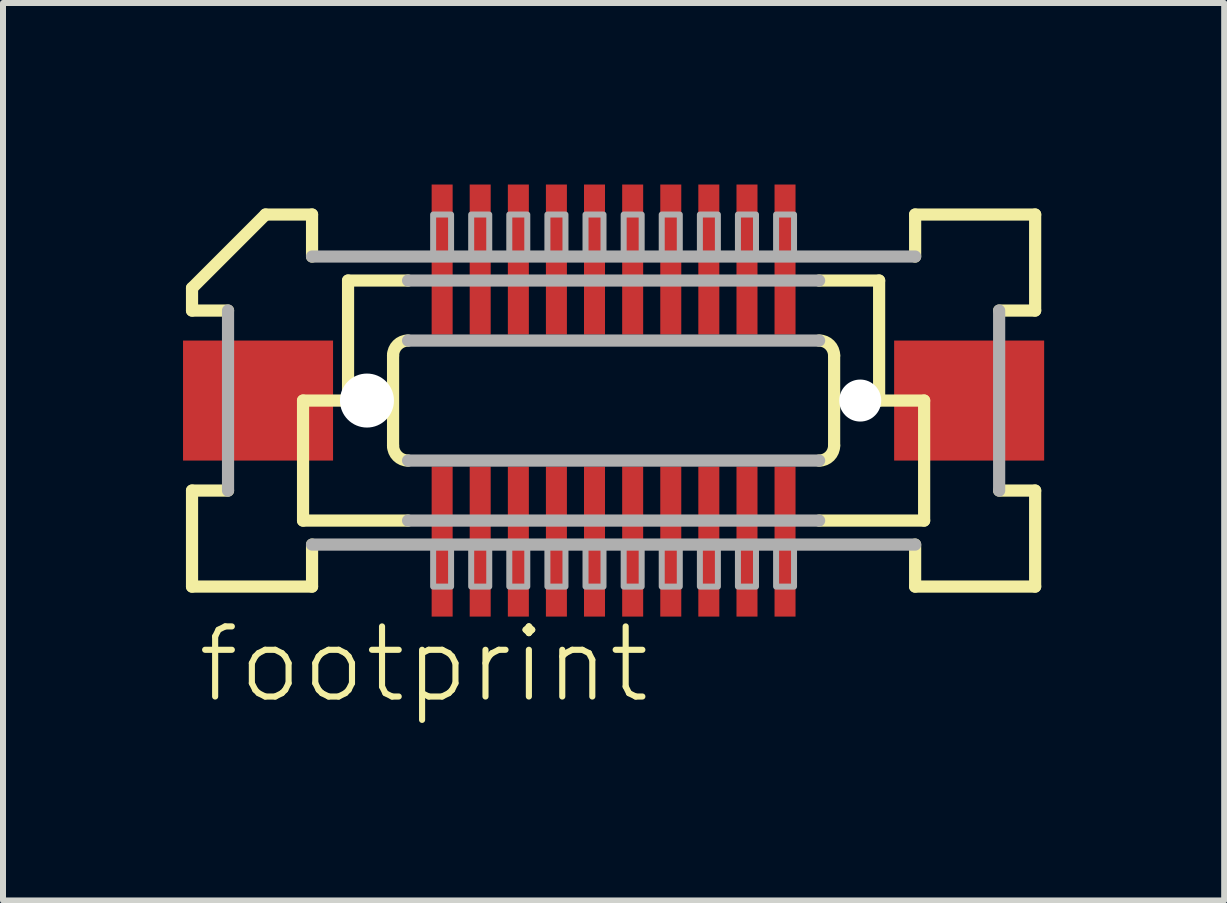
<source format=kicad_pcb>
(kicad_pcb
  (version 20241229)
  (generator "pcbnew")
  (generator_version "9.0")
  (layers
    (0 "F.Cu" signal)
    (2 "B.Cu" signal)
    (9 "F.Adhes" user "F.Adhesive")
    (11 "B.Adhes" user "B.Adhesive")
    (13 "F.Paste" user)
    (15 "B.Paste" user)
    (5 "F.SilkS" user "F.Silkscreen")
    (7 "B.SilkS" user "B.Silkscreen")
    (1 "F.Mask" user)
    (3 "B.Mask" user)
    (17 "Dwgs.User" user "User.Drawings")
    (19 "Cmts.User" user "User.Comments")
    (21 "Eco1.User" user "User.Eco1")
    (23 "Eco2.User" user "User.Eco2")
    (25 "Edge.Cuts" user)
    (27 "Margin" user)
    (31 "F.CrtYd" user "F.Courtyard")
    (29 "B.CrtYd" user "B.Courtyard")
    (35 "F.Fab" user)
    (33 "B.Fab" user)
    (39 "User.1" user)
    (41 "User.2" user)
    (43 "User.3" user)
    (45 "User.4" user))
  (footprint "footprint"
    (layer "F.Cu")
    (at 7.175 3.625)
    (property "Reference" "footprint" (at -6.985 5.08 0) (layer "F.SilkS") (effects (font (size 1.168 1.168) (thickness 0.102)) (justify left bottom)))
    (fp_poly (pts (xy -3.058 -1.075) (xy -2.658 -1.075) (xy -2.658 -3.625) (xy -3.058 -3.625)) (stroke (width 0) (type solid)) (fill yes) (layer "F.Mask"))
    (fp_poly (pts (xy -2.658 1.075) (xy -3.058 1.075) (xy -3.058 3.625) (xy -2.658 3.625)) (stroke (width 0) (type solid)) (fill yes) (layer "F.Mask"))
    (fp_poly (pts (xy -2.422 -1.075) (xy -2.022 -1.075) (xy -2.022 -3.625) (xy -2.422 -3.625)) (stroke (width 0) (type solid)) (fill yes) (layer "F.Mask"))
    (fp_poly (pts (xy -2.022 1.075) (xy -2.422 1.075) (xy -2.422 3.625) (xy -2.022 3.625)) (stroke (width 0) (type solid)) (fill yes) (layer "F.Mask"))
    (fp_poly (pts (xy -1.788 -1.075) (xy -1.387 -1.075) (xy -1.387 -3.625) (xy -1.788 -3.625)) (stroke (width 0) (type solid)) (fill yes) (layer "F.Mask"))
    (fp_poly (pts (xy -1.387 1.075) (xy -1.788 1.075) (xy -1.788 3.625) (xy -1.387 3.625)) (stroke (width 0) (type solid)) (fill yes) (layer "F.Mask"))
    (fp_poly (pts (xy -1.153 -1.075) (xy -0.752 -1.075) (xy -0.752 -3.625) (xy -1.153 -3.625)) (stroke (width 0) (type solid)) (fill yes) (layer "F.Mask"))
    (fp_poly (pts (xy -0.752 1.075) (xy -1.153 1.075) (xy -1.153 3.625) (xy -0.752 3.625)) (stroke (width 0) (type solid)) (fill yes) (layer "F.Mask"))
    (fp_poly (pts (xy -0.517 -1.075) (xy -0.117 -1.075) (xy -0.117 -3.625) (xy -0.517 -3.625)) (stroke (width 0) (type solid)) (fill yes) (layer "F.Mask"))
    (fp_poly (pts (xy -0.117 1.075) (xy -0.517 1.075) (xy -0.517 3.625) (xy -0.117 3.625)) (stroke (width 0) (type solid)) (fill yes) (layer "F.Mask"))
    (fp_poly (pts (xy 0.117 -1.075) (xy 0.517 -1.075) (xy 0.517 -3.625) (xy 0.117 -3.625)) (stroke (width 0) (type solid)) (fill yes) (layer "F.Mask"))
    (fp_poly (pts (xy 0.517 1.075) (xy 0.117 1.075) (xy 0.117 3.625) (xy 0.517 3.625)) (stroke (width 0) (type solid)) (fill yes) (layer "F.Mask"))
    (fp_poly (pts (xy 0.752 -1.075) (xy 1.153 -1.075) (xy 1.153 -3.625) (xy 0.752 -3.625)) (stroke (width 0) (type solid)) (fill yes) (layer "F.Mask"))
    (fp_poly (pts (xy 1.153 1.075) (xy 0.752 1.075) (xy 0.752 3.625) (xy 1.153 3.625)) (stroke (width 0) (type solid)) (fill yes) (layer "F.Mask"))
    (fp_poly (pts (xy 1.387 -1.075) (xy 1.788 -1.075) (xy 1.788 -3.625) (xy 1.387 -3.625)) (stroke (width 0) (type solid)) (fill yes) (layer "F.Mask"))
    (fp_poly (pts (xy 1.788 1.075) (xy 1.387 1.075) (xy 1.387 3.625) (xy 1.788 3.625)) (stroke (width 0) (type solid)) (fill yes) (layer "F.Mask"))
    (fp_poly (pts (xy 2.022 -1.075) (xy 2.422 -1.075) (xy 2.422 -3.625) (xy 2.022 -3.625)) (stroke (width 0) (type solid)) (fill yes) (layer "F.Mask"))
    (fp_poly (pts (xy 2.422 1.075) (xy 2.022 1.075) (xy 2.022 3.625) (xy 2.422 3.625)) (stroke (width 0) (type solid)) (fill yes) (layer "F.Mask"))
    (fp_poly (pts (xy 2.658 -1.075) (xy 3.058 -1.075) (xy 3.058 -3.625) (xy 2.658 -3.625)) (stroke (width 0) (type solid)) (fill yes) (layer "F.Mask"))
    (fp_poly (pts (xy 3.058 1.075) (xy 2.658 1.075) (xy 2.658 3.625) (xy 3.058 3.625)) (stroke (width 0) (type solid)) (fill yes) (layer "F.Mask"))
    (fp_line (start -7.025 -1.5) (end -7.025 -1.875) (stroke (width 0.203) (type solid)) (layer "F.SilkS"))
    (fp_line (start -7.025 1.5) (end -6.425 1.5) (stroke (width 0.203) (type solid)) (layer "F.SilkS"))
    (fp_line (start -7.025 3.1) (end -7.025 1.5) (stroke (width 0.203) (type solid)) (layer "F.SilkS"))
    (fp_line (start -6.425 -1.5) (end -7.025 -1.5) (stroke (width 0.203) (type solid)) (layer "F.SilkS"))
    (fp_line (start -5.8 -3.1) (end -7.025 -1.875) (stroke (width 0.203) (type solid)) (layer "F.SilkS"))
    (fp_line (start -5.8 -3.1) (end -5.025 -3.1) (stroke (width 0.203) (type solid)) (layer "F.SilkS"))
    (fp_line (start -5.175 0) (end -5.175 2) (stroke (width 0.203) (type solid)) (layer "F.SilkS"))
    (fp_line (start -5.175 2) (end -3.425 2) (stroke (width 0.203) (type solid)) (layer "F.SilkS"))
    (fp_line (start -5.025 -3.1) (end -5.025 -2.4) (stroke (width 0.203) (type solid)) (layer "F.SilkS"))
    (fp_line (start -5.025 2.4) (end -5.025 3.1) (stroke (width 0.203) (type solid)) (layer "F.SilkS"))
    (fp_line (start -5.025 3.1) (end -7.025 3.1) (stroke (width 0.203) (type solid)) (layer "F.SilkS"))
    (fp_line (start -4.425 -2) (end -4.425 0) (stroke (width 0.203) (type solid)) (layer "F.SilkS"))
    (fp_line (start -4.425 0) (end -5.175 0) (stroke (width 0.203) (type solid)) (layer "F.SilkS"))
    (fp_line (start -3.675 0.75) (end -3.675 -0.75) (stroke (width 0.203) (type solid)) (layer "F.SilkS"))
    (fp_line (start -3.425 -2) (end -4.425 -2) (stroke (width 0.203) (type solid)) (layer "F.SilkS"))
    (fp_line (start 3.425 2) (end 5.175 2) (stroke (width 0.203) (type solid)) (layer "F.SilkS"))
    (fp_line (start 3.675 -0.75) (end 3.675 0.75) (stroke (width 0.203) (type solid)) (layer "F.SilkS"))
    (fp_line (start 4.425 -2) (end 3.425 -2) (stroke (width 0.203) (type solid)) (layer "F.SilkS"))
    (fp_line (start 4.425 -2) (end 4.425 0) (stroke (width 0.203) (type solid)) (layer "F.SilkS"))
    (fp_line (start 5.025 -3.1) (end 7.025 -3.1) (stroke (width 0.203) (type solid)) (layer "F.SilkS"))
    (fp_line (start 5.025 -2.4) (end 5.025 -3.1) (stroke (width 0.203) (type solid)) (layer "F.SilkS"))
    (fp_line (start 5.025 3.1) (end 5.025 2.4) (stroke (width 0.203) (type solid)) (layer "F.SilkS"))
    (fp_line (start 5.175 0) (end 4.425 0) (stroke (width 0.203) (type solid)) (layer "F.SilkS"))
    (fp_line (start 5.175 0) (end 5.175 2) (stroke (width 0.203) (type solid)) (layer "F.SilkS"))
    (fp_line (start 6.425 1.5) (end 7.025 1.5) (stroke (width 0.203) (type solid)) (layer "F.SilkS"))
    (fp_line (start 7.025 -3.1) (end 7.025 -1.5) (stroke (width 0.203) (type solid)) (layer "F.SilkS"))
    (fp_line (start 7.025 -1.5) (end 6.425 -1.5) (stroke (width 0.203) (type solid)) (layer "F.SilkS"))
    (fp_line (start 7.025 1.5) (end 7.025 3.1) (stroke (width 0.203) (type solid)) (layer "F.SilkS"))
    (fp_line (start 7.025 3.1) (end 5.025 3.1) (stroke (width 0.203) (type solid)) (layer "F.SilkS"))
    (fp_arc (start -3.675 -0.75) (mid -3.601777 -0.926777) (end -3.425 -1) (stroke (width 0.2032) (type solid)) (layer "F.SilkS"))
    (fp_arc (start -3.425 1) (mid -3.601777 0.926777) (end -3.675 0.75) (stroke (width 0.2032) (type solid)) (layer "F.SilkS"))
    (fp_arc (start 3.425 -1) (mid 3.601777 -0.926777) (end 3.675 -0.75) (stroke (width 0.2032) (type solid)) (layer "F.SilkS"))
    (fp_arc (start 3.675 0.75) (mid 3.601777 0.926777) (end 3.425 1) (stroke (width 0.2032) (type solid)) (layer "F.SilkS"))
    (fp_line (start -6.425 1.5) (end -6.425 -1.5) (stroke (width 0.203) (type solid)) (layer "F.Fab"))
    (fp_line (start -5.025 -2.4) (end 5.025 -2.4) (stroke (width 0.203) (type solid)) (layer "F.Fab"))
    (fp_line (start -3.425 -1) (end 3.425 -1) (stroke (width 0.203) (type solid)) (layer "F.Fab"))
    (fp_line (start -3.425 2) (end 3.425 2) (stroke (width 0.203) (type solid)) (layer "F.Fab"))
    (fp_line (start 3.425 -2) (end -3.425 -2) (stroke (width 0.203) (type solid)) (layer "F.Fab"))
    (fp_line (start 3.425 1) (end -3.425 1) (stroke (width 0.203) (type solid)) (layer "F.Fab"))
    (fp_line (start 5.025 2.4) (end -5.025 2.4) (stroke (width 0.203) (type solid)) (layer "F.Fab"))
    (fp_line (start 6.425 -1.5) (end 6.425 1.5) (stroke (width 0.203) (type solid)) (layer "F.Fab"))
    (fp_poly (pts (xy -3.007 3.1) (xy -2.708 3.1) (xy -2.708 2.375) (xy -3.007 2.375)) (stroke (width 0.1) (type solid)) (fill no) (layer "F.Fab"))
    (fp_poly (pts (xy -2.708 -3.1) (xy -3.007 -3.1) (xy -3.007 -2.375) (xy -2.708 -2.375)) (stroke (width 0.1) (type solid)) (fill no) (layer "F.Fab"))
    (fp_poly (pts (xy -2.373 3.1) (xy -2.072 3.1) (xy -2.072 2.375) (xy -2.373 2.375)) (stroke (width 0.1) (type solid)) (fill no) (layer "F.Fab"))
    (fp_poly (pts (xy -2.072 -3.1) (xy -2.373 -3.1) (xy -2.373 -2.375) (xy -2.072 -2.375)) (stroke (width 0.1) (type solid)) (fill no) (layer "F.Fab"))
    (fp_poly (pts (xy -1.738 3.1) (xy -1.438 3.1) (xy -1.438 2.375) (xy -1.738 2.375)) (stroke (width 0.1) (type solid)) (fill no) (layer "F.Fab"))
    (fp_poly (pts (xy -1.438 -3.1) (xy -1.738 -3.1) (xy -1.738 -2.375) (xy -1.438 -2.375)) (stroke (width 0.1) (type solid)) (fill no) (layer "F.Fab"))
    (fp_poly (pts (xy -1.103 3.1) (xy -0.802 3.1) (xy -0.802 2.375) (xy -1.103 2.375)) (stroke (width 0.1) (type solid)) (fill no) (layer "F.Fab"))
    (fp_poly (pts (xy -0.802 -3.1) (xy -1.103 -3.1) (xy -1.103 -2.375) (xy -0.802 -2.375)) (stroke (width 0.1) (type solid)) (fill no) (layer "F.Fab"))
    (fp_poly (pts (xy -0.468 3.1) (xy -0.168 3.1) (xy -0.168 2.375) (xy -0.468 2.375)) (stroke (width 0.1) (type solid)) (fill no) (layer "F.Fab"))
    (fp_poly (pts (xy -0.168 -3.1) (xy -0.468 -3.1) (xy -0.468 -2.375) (xy -0.168 -2.375)) (stroke (width 0.1) (type solid)) (fill no) (layer "F.Fab"))
    (fp_poly (pts (xy 0.168 3.1) (xy 0.468 3.1) (xy 0.468 2.375) (xy 0.168 2.375)) (stroke (width 0.1) (type solid)) (fill no) (layer "F.Fab"))
    (fp_poly (pts (xy 0.468 -3.1) (xy 0.168 -3.1) (xy 0.168 -2.375) (xy 0.468 -2.375)) (stroke (width 0.1) (type solid)) (fill no) (layer "F.Fab"))
    (fp_poly (pts (xy 0.802 3.1) (xy 1.103 3.1) (xy 1.103 2.375) (xy 0.802 2.375)) (stroke (width 0.1) (type solid)) (fill no) (layer "F.Fab"))
    (fp_poly (pts (xy 1.103 -3.1) (xy 0.802 -3.1) (xy 0.802 -2.375) (xy 1.103 -2.375)) (stroke (width 0.1) (type solid)) (fill no) (layer "F.Fab"))
    (fp_poly (pts (xy 1.438 3.1) (xy 1.738 3.1) (xy 1.738 2.375) (xy 1.438 2.375)) (stroke (width 0.1) (type solid)) (fill no) (layer "F.Fab"))
    (fp_poly (pts (xy 1.738 -3.1) (xy 1.438 -3.1) (xy 1.438 -2.375) (xy 1.738 -2.375)) (stroke (width 0.1) (type solid)) (fill no) (layer "F.Fab"))
    (fp_poly (pts (xy 2.072 3.1) (xy 2.373 3.1) (xy 2.373 2.375) (xy 2.072 2.375)) (stroke (width 0.1) (type solid)) (fill no) (layer "F.Fab"))
    (fp_poly (pts (xy 2.373 -3.1) (xy 2.072 -3.1) (xy 2.072 -2.375) (xy 2.373 -2.375)) (stroke (width 0.1) (type solid)) (fill no) (layer "F.Fab"))
    (fp_poly (pts (xy 2.708 3.1) (xy 3.007 3.1) (xy 3.007 2.375) (xy 2.708 2.375)) (stroke (width 0.1) (type solid)) (fill no) (layer "F.Fab"))
    (fp_poly (pts (xy 3.007 -3.1) (xy 2.708 -3.1) (xy 2.708 -2.375) (xy 3.007 -2.375)) (stroke (width 0.1) (type solid)) (fill no) (layer "F.Fab"))
    (pad "" np_thru_hole circle (at -4.11 0) (size 0.9 0.9) (drill 0.9) (layers "*.Cu" "*.Mask"))
    (pad "" np_thru_hole circle (at 4.11 0) (size 0.7 0.7) (drill 0.7) (layers "*.Cu" "*.Mask"))
    (pad "1" smd rect (at -2.857 -2.35) (size 0.35 2.5) (layers "F.Cu" "F.Paste"))
    (pad "2" smd rect (at -2.857 2.35 180) (size 0.35 2.5) (layers "F.Cu" "F.Paste"))
    (pad "3" smd rect (at -2.223 -2.35) (size 0.35 2.5) (layers "F.Cu" "F.Paste"))
    (pad "4" smd rect (at -2.223 2.35 180) (size 0.35 2.5) (layers "F.Cu" "F.Paste"))
    (pad "5" smd rect (at -1.587 -2.35) (size 0.35 2.5) (layers "F.Cu" "F.Paste"))
    (pad "6" smd rect (at -1.587 2.35 180) (size 0.35 2.5) (layers "F.Cu" "F.Paste"))
    (pad "7" smd rect (at -0.953 -2.35) (size 0.35 2.5) (layers "F.Cu" "F.Paste"))
    (pad "8" smd rect (at -0.953 2.35 180) (size 0.35 2.5) (layers "F.Cu" "F.Paste"))
    (pad "9" smd rect (at -0.318 -2.35) (size 0.35 2.5) (layers "F.Cu" "F.Paste"))
    (pad "10" smd rect (at -0.318 2.35 180) (size 0.35 2.5) (layers "F.Cu" "F.Paste"))
    (pad "11" smd rect (at 0.318 -2.35) (size 0.35 2.5) (layers "F.Cu" "F.Paste"))
    (pad "12" smd rect (at 0.318 2.35 180) (size 0.35 2.5) (layers "F.Cu" "F.Paste"))
    (pad "13" smd rect (at 0.953 -2.35) (size 0.35 2.5) (layers "F.Cu" "F.Paste"))
    (pad "14" smd rect (at 0.953 2.35 180) (size 0.35 2.5) (layers "F.Cu" "F.Paste"))
    (pad "15" smd rect (at 1.587 -2.35) (size 0.35 2.5) (layers "F.Cu" "F.Paste"))
    (pad "16" smd rect (at 1.587 2.35 180) (size 0.35 2.5) (layers "F.Cu" "F.Paste"))
    (pad "17" smd rect (at 2.223 -2.35) (size 0.35 2.5) (layers "F.Cu" "F.Paste"))
    (pad "18" smd rect (at 2.223 2.35 180) (size 0.35 2.5) (layers "F.Cu" "F.Paste"))
    (pad "19" smd rect (at 2.857 -2.35) (size 0.35 2.5) (layers "F.Cu" "F.Paste"))
    (pad "20" smd rect (at 2.857 2.35 180) (size 0.35 2.5) (layers "F.Cu" "F.Paste"))
    (pad "M1" smd rect (at -5.925 0) (size 2.5 2) (layers "F.Cu" "F.Mask" "F.Paste"))
    (pad "M2" smd rect (at 5.925 0 180) (size 2.5 2) (layers "F.Cu" "F.Mask" "F.Paste")))
  (gr_rect
    (start -3 -3)
    (end 17.35 11.955)
    (stroke (width 0.1) (type default))
    (fill no)
    (layer "Edge.Cuts")))
</source>
